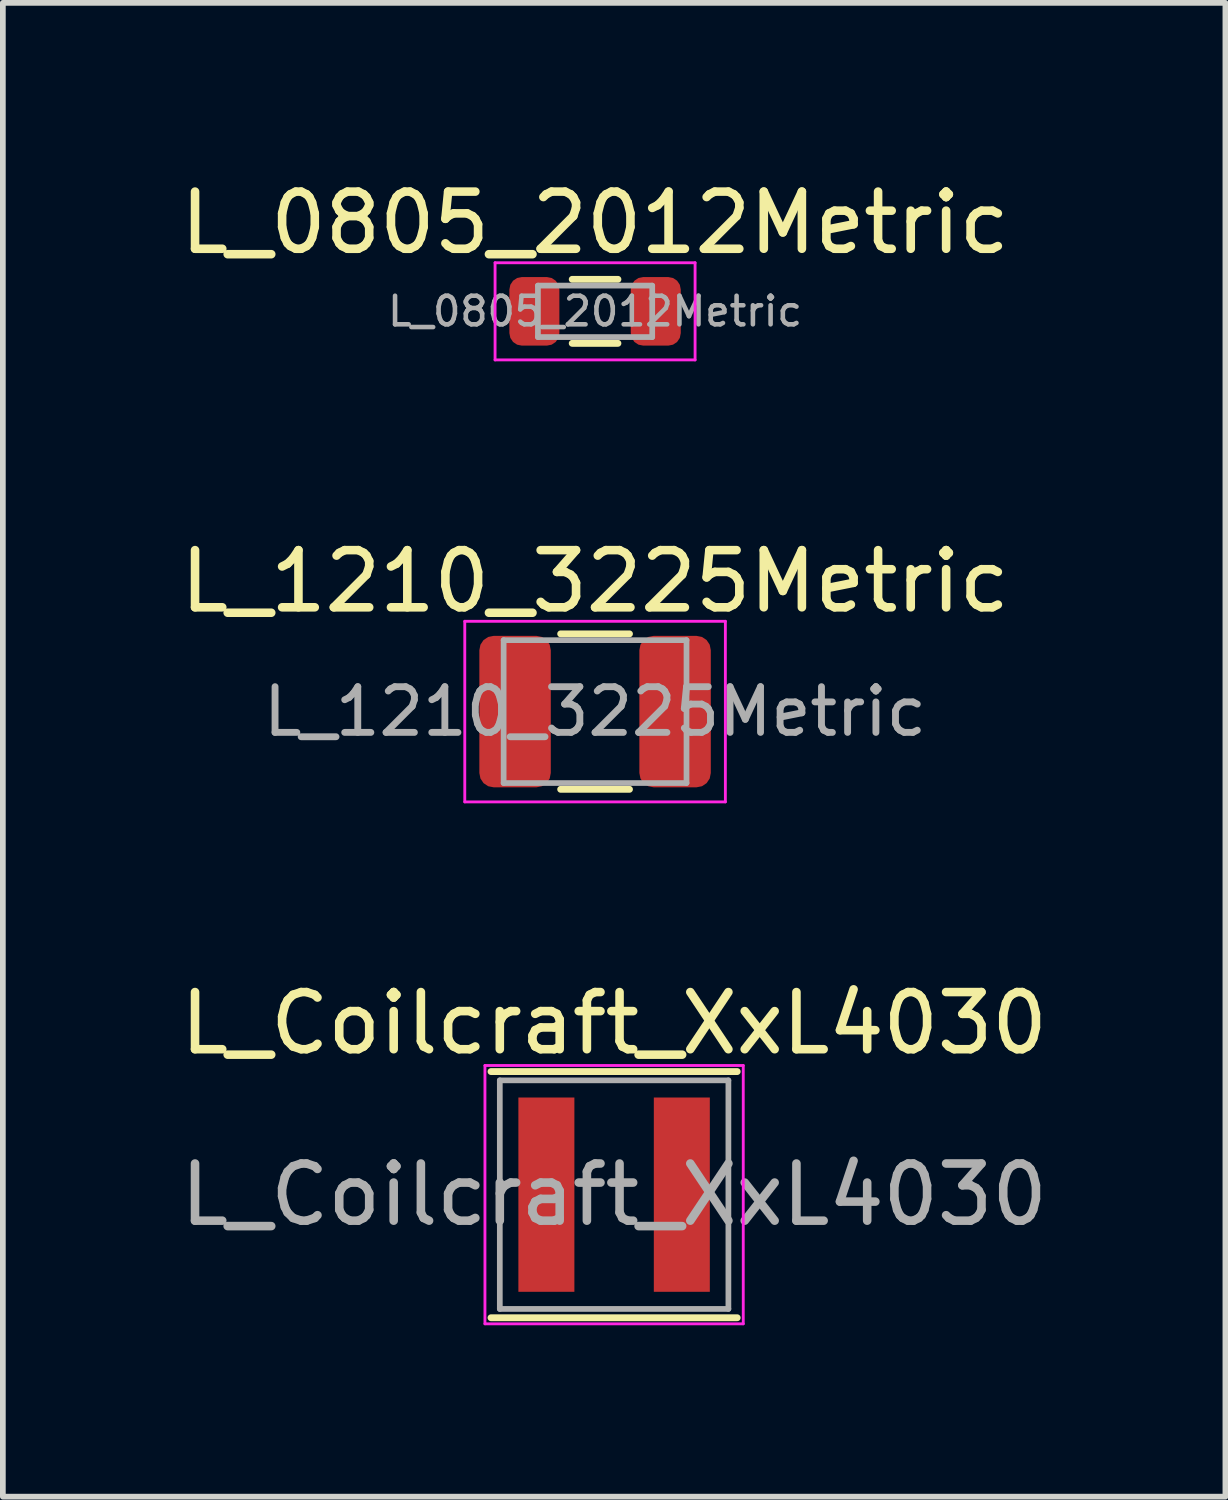
<source format=kicad_pcb>
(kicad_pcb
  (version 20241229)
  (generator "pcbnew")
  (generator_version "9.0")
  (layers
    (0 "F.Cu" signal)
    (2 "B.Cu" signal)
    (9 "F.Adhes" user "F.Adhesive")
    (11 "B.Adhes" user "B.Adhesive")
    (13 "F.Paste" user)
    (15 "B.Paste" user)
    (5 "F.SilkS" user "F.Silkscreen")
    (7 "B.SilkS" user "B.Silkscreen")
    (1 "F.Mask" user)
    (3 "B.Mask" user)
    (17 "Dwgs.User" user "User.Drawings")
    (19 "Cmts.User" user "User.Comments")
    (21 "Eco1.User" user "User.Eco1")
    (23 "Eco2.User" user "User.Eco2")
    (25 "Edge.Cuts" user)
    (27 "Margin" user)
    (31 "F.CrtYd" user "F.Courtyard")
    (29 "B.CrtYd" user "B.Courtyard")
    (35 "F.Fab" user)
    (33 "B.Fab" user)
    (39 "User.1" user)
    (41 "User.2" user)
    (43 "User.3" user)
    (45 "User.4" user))
  (footprint "L_1210_3225Metric"
    (layer "F.Cu")
    (at 7.363 9.402)
    (property "Reference" "L_1210_3225Metric" (at 0 -2.28 0) (layer "F.SilkS") (effects (font (size 1 1) (thickness 0.15))))
    (attr smd)
    (fp_line (start -0.602 -1.36) (end 0.602 -1.36) (stroke (width 0.12) (type solid)) (layer "F.SilkS"))
    (fp_line (start -0.602 1.36) (end 0.602 1.36) (stroke (width 0.12) (type solid)) (layer "F.SilkS"))
    (fp_line (start -2.28 -1.58) (end 2.28 -1.58) (stroke (width 0.05) (type solid)) (layer "F.CrtYd"))
    (fp_line (start -2.28 1.58) (end -2.28 -1.58) (stroke (width 0.05) (type solid)) (layer "F.CrtYd"))
    (fp_line (start 2.28 -1.58) (end 2.28 1.58) (stroke (width 0.05) (type solid)) (layer "F.CrtYd"))
    (fp_line (start 2.28 1.58) (end -2.28 1.58) (stroke (width 0.05) (type solid)) (layer "F.CrtYd"))
    (fp_line (start -1.6 -1.25) (end 1.6 -1.25) (stroke (width 0.1) (type solid)) (layer "F.Fab"))
    (fp_line (start -1.6 1.25) (end -1.6 -1.25) (stroke (width 0.1) (type solid)) (layer "F.Fab"))
    (fp_line (start 1.6 -1.25) (end 1.6 1.25) (stroke (width 0.1) (type solid)) (layer "F.Fab"))
    (fp_line (start 1.6 1.25) (end -1.6 1.25) (stroke (width 0.1) (type solid)) (layer "F.Fab"))
    (fp_text user "${REFERENCE}" (at 0 0 0) (layer "F.Fab") (effects (font (size 0.8 0.8) (thickness 0.12))))
    (pad "1" smd roundrect (at -1.4 0) (size 1.25 2.65) (layers "F.Cu" "F.Mask" "F.Paste") (roundrect_rratio 0.2))
    (pad "2" smd roundrect (at 1.4 0) (size 1.25 2.65) (layers "F.Cu" "F.Mask" "F.Paste") (roundrect_rratio 0.2)))
  (footprint "L_0805_2012Metric"
    (layer "F.Cu")
    (at 7.363 2.398)
    (property "Reference" "L_0805_2012Metric" (at 0 -1.55 0) (layer "F.SilkS") (effects (font (size 1 1) (thickness 0.15))))
    (attr smd)
    (fp_line (start -0.4 -0.56) (end 0.4 -0.56) (stroke (width 0.12) (type solid)) (layer "F.SilkS"))
    (fp_line (start -0.4 0.56) (end 0.4 0.56) (stroke (width 0.12) (type solid)) (layer "F.SilkS"))
    (fp_line (start -1.75 -0.85) (end 1.75 -0.85) (stroke (width 0.05) (type solid)) (layer "F.CrtYd"))
    (fp_line (start -1.75 0.85) (end -1.75 -0.85) (stroke (width 0.05) (type solid)) (layer "F.CrtYd"))
    (fp_line (start 1.75 -0.85) (end 1.75 0.85) (stroke (width 0.05) (type solid)) (layer "F.CrtYd"))
    (fp_line (start 1.75 0.85) (end -1.75 0.85) (stroke (width 0.05) (type solid)) (layer "F.CrtYd"))
    (fp_line (start -1 -0.45) (end 1 -0.45) (stroke (width 0.1) (type solid)) (layer "F.Fab"))
    (fp_line (start -1 0.45) (end -1 -0.45) (stroke (width 0.1) (type solid)) (layer "F.Fab"))
    (fp_line (start 1 -0.45) (end 1 0.45) (stroke (width 0.1) (type solid)) (layer "F.Fab"))
    (fp_line (start 1 0.45) (end -1 0.45) (stroke (width 0.1) (type solid)) (layer "F.Fab"))
    (fp_text user "${REFERENCE}" (at 0 0 0) (layer "F.Fab") (effects (font (size 0.5 0.5) (thickness 0.08))))
    (pad "1" smd roundrect (at -1.062 0) (size 0.875 1.2) (layers "F.Cu" "F.Mask" "F.Paste") (roundrect_rratio 0.25))
    (pad "2" smd roundrect (at 1.062 0) (size 0.875 1.2) (layers "F.Cu" "F.Mask" "F.Paste") (roundrect_rratio 0.25)))
  (footprint "L_Coilcraft_XxL4030"
    (layer "F.Cu")
    (at 7.696 17.855)
    (property "Reference" "L_Coilcraft_XxL4030" (at 0 -3 0) (layer "F.SilkS") (effects (font (size 1 1) (thickness 0.15))))
    (attr smd)
    (fp_line (start -2.154 -2.154) (end 2.154 -2.154) (stroke (width 0.12) (type solid)) (layer "F.SilkS"))
    (fp_line (start 2.154 2.154) (end -2.154 2.154) (stroke (width 0.12) (type solid)) (layer "F.SilkS"))
    (fp_line (start -2.26 -2.26) (end 2.26 -2.26) (stroke (width 0.05) (type solid)) (layer "F.CrtYd"))
    (fp_line (start -2.26 2.26) (end -2.26 -2.26) (stroke (width 0.05) (type solid)) (layer "F.CrtYd"))
    (fp_line (start 2.26 -2.26) (end 2.26 2.26) (stroke (width 0.05) (type solid)) (layer "F.CrtYd"))
    (fp_line (start 2.26 2.26) (end -2.26 2.26) (stroke (width 0.05) (type solid)) (layer "F.CrtYd"))
    (fp_line (start -2 -2) (end 2 -2) (stroke (width 0.1) (type solid)) (layer "F.Fab"))
    (fp_line (start -2 2) (end -2 -2) (stroke (width 0.1) (type solid)) (layer "F.Fab"))
    (fp_line (start 2 -2) (end 2 2) (stroke (width 0.1) (type solid)) (layer "F.Fab"))
    (fp_line (start 2 2) (end -2 2) (stroke (width 0.1) (type solid)) (layer "F.Fab"))
    (fp_text user "${REFERENCE}" (at 0 0 0) (layer "F.Fab") (effects (font (size 1 1) (thickness 0.15))))
    (pad "1" smd rect (at -1.185 0) (size 0.98 3.4) (layers "F.Cu" "F.Mask" "F.Paste"))
    (pad "2" smd rect (at 1.185 0) (size 0.98 3.4) (layers "F.Cu" "F.Mask" "F.Paste")))
  (gr_rect
    (start -3 -3)
    (end 18.393 23.14)
    (stroke (width 0.1) (type default))
    (fill no)
    (layer "Edge.Cuts")))
</source>
